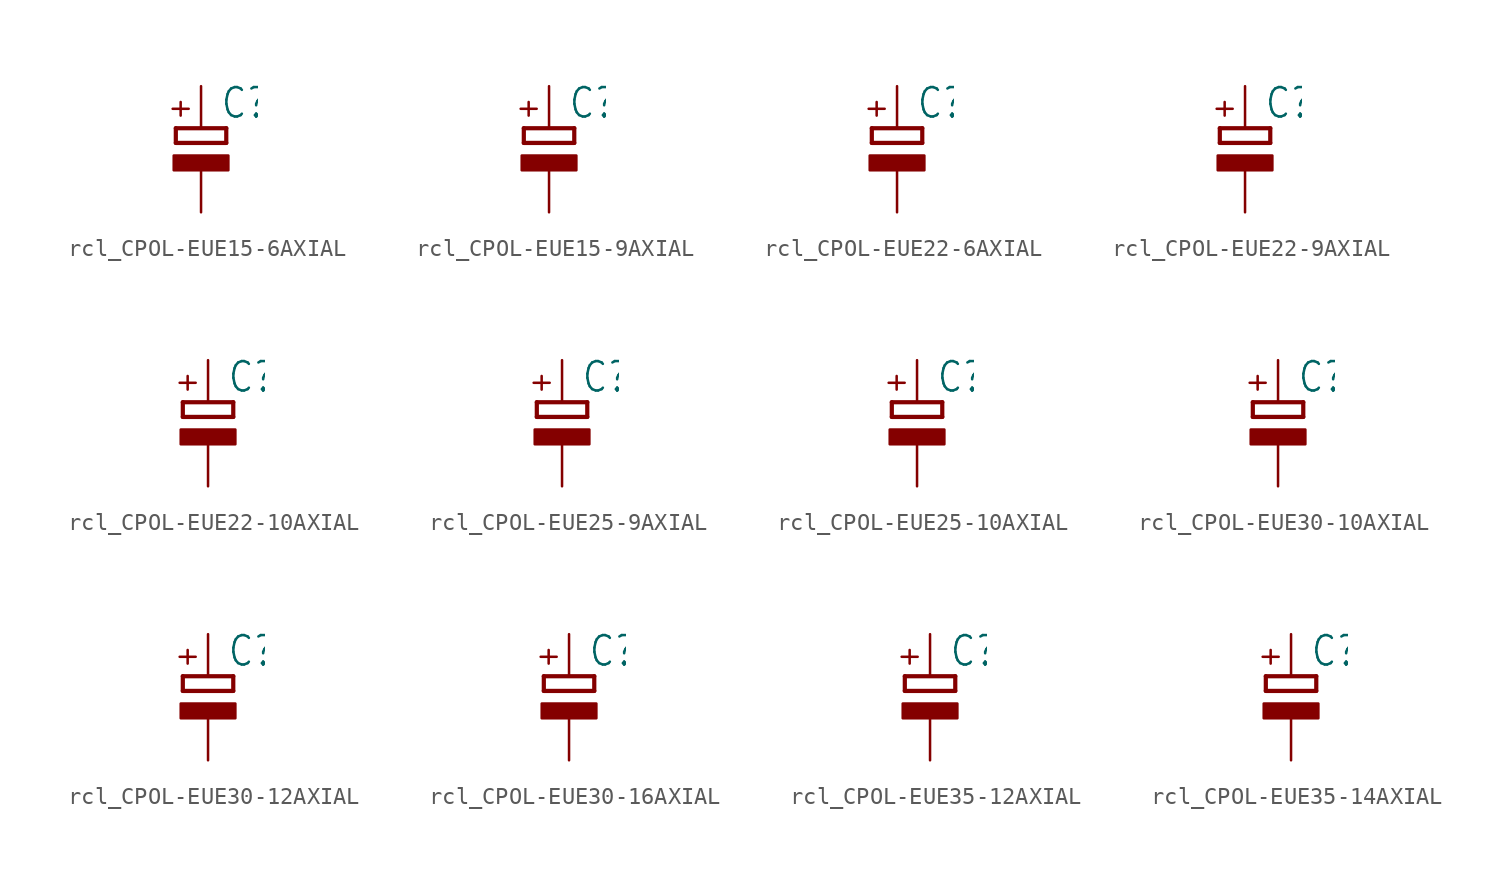
<source format=kicad_sym>
(kicad_symbol_lib
  (version 20231120)
  (generator "kicad_symbol_editor")
  (generator_version "8.0")
  (symbol "rcl_CPOL-EUE15-6AXIAL"
    (property "Reference" "C"
      (at 1.143 0.483 0)
      (effects (font (size 1.778 1.511)) (justify left bottom)))
    (property "Value" ""
      (at 1.143 -4.597 0)
      (effects (font (size 1.778 1.511)) (justify left bottom)))
    (property "ki_locked" ""
      (at 0 0 0)
      (effects (font (size 1.27 1.27))))
    (symbol "rcl_CPOL-EUE15-6AXIAL_1_0"
      (rectangle (start -1.651 -2.54) (end 1.651 -1.651) (stroke (width 0) (type default)) (fill (type outline)))
      (polyline (pts (xy -1.524 -0.889) (xy 1.524 -0.889)) (stroke (width 0.254) (type solid)) (fill (type none)))
      (polyline (pts (xy -1.524 0) (xy -1.524 -0.889)) (stroke (width 0.254) (type solid)) (fill (type none)))
      (polyline (pts (xy -1.524 0) (xy 1.524 0)) (stroke (width 0.254) (type solid)) (fill (type none)))
      (polyline (pts (xy 1.524 -0.889) (xy 1.524 0)) (stroke (width 0.254) (type solid)) (fill (type none)))
      (text "+" (at -0.584 0.406 900) (effects (font (size 1.27 1.079)) (justify left bottom)))
      (pin passive line (at 0 2.54 270) (length 2.54) (name "+" (effects (font (size 0 0)))) (number "+" (effects (font (size 0 0)))))
      (pin passive line (at 0 -5.08 90) (length 2.54) (name "-" (effects (font (size 0 0)))) (number "-" (effects (font (size 0 0)))))))
  (symbol "rcl_CPOL-EUE15-9AXIAL"
    (property "Reference" "C"
      (at 1.143 0.483 0)
      (effects (font (size 1.778 1.511)) (justify left bottom)))
    (property "Value" ""
      (at 1.143 -4.597 0)
      (effects (font (size 1.778 1.511)) (justify left bottom)))
    (property "ki_locked" ""
      (at 0 0 0)
      (effects (font (size 1.27 1.27))))
    (symbol "rcl_CPOL-EUE15-9AXIAL_1_0"
      (rectangle (start -1.651 -2.54) (end 1.651 -1.651) (stroke (width 0) (type default)) (fill (type outline)))
      (polyline (pts (xy -1.524 -0.889) (xy 1.524 -0.889)) (stroke (width 0.254) (type solid)) (fill (type none)))
      (polyline (pts (xy -1.524 0) (xy -1.524 -0.889)) (stroke (width 0.254) (type solid)) (fill (type none)))
      (polyline (pts (xy -1.524 0) (xy 1.524 0)) (stroke (width 0.254) (type solid)) (fill (type none)))
      (polyline (pts (xy 1.524 -0.889) (xy 1.524 0)) (stroke (width 0.254) (type solid)) (fill (type none)))
      (text "+" (at -0.584 0.406 900) (effects (font (size 1.27 1.079)) (justify left bottom)))
      (pin passive line (at 0 2.54 270) (length 2.54) (name "+" (effects (font (size 0 0)))) (number "+" (effects (font (size 0 0)))))
      (pin passive line (at 0 -5.08 90) (length 2.54) (name "-" (effects (font (size 0 0)))) (number "-" (effects (font (size 0 0)))))))
  (symbol "rcl_CPOL-EUE22-6AXIAL"
    (property "Reference" "C"
      (at 1.143 0.483 0)
      (effects (font (size 1.778 1.511)) (justify left bottom)))
    (property "Value" ""
      (at 1.143 -4.597 0)
      (effects (font (size 1.778 1.511)) (justify left bottom)))
    (property "ki_locked" ""
      (at 0 0 0)
      (effects (font (size 1.27 1.27))))
    (symbol "rcl_CPOL-EUE22-6AXIAL_1_0"
      (rectangle (start -1.651 -2.54) (end 1.651 -1.651) (stroke (width 0) (type default)) (fill (type outline)))
      (polyline (pts (xy -1.524 -0.889) (xy 1.524 -0.889)) (stroke (width 0.254) (type solid)) (fill (type none)))
      (polyline (pts (xy -1.524 0) (xy -1.524 -0.889)) (stroke (width 0.254) (type solid)) (fill (type none)))
      (polyline (pts (xy -1.524 0) (xy 1.524 0)) (stroke (width 0.254) (type solid)) (fill (type none)))
      (polyline (pts (xy 1.524 -0.889) (xy 1.524 0)) (stroke (width 0.254) (type solid)) (fill (type none)))
      (text "+" (at -0.584 0.406 900) (effects (font (size 1.27 1.079)) (justify left bottom)))
      (pin passive line (at 0 2.54 270) (length 2.54) (name "+" (effects (font (size 0 0)))) (number "+" (effects (font (size 0 0)))))
      (pin passive line (at 0 -5.08 90) (length 2.54) (name "-" (effects (font (size 0 0)))) (number "-" (effects (font (size 0 0)))))))
  (symbol "rcl_CPOL-EUE22-9AXIAL"
    (property "Reference" "C"
      (at 1.143 0.483 0)
      (effects (font (size 1.778 1.511)) (justify left bottom)))
    (property "Value" ""
      (at 1.143 -4.597 0)
      (effects (font (size 1.778 1.511)) (justify left bottom)))
    (property "ki_locked" ""
      (at 0 0 0)
      (effects (font (size 1.27 1.27))))
    (symbol "rcl_CPOL-EUE22-9AXIAL_1_0"
      (rectangle (start -1.651 -2.54) (end 1.651 -1.651) (stroke (width 0) (type default)) (fill (type outline)))
      (polyline (pts (xy -1.524 -0.889) (xy 1.524 -0.889)) (stroke (width 0.254) (type solid)) (fill (type none)))
      (polyline (pts (xy -1.524 0) (xy -1.524 -0.889)) (stroke (width 0.254) (type solid)) (fill (type none)))
      (polyline (pts (xy -1.524 0) (xy 1.524 0)) (stroke (width 0.254) (type solid)) (fill (type none)))
      (polyline (pts (xy 1.524 -0.889) (xy 1.524 0)) (stroke (width 0.254) (type solid)) (fill (type none)))
      (text "+" (at -0.584 0.406 900) (effects (font (size 1.27 1.079)) (justify left bottom)))
      (pin passive line (at 0 2.54 270) (length 2.54) (name "+" (effects (font (size 0 0)))) (number "+" (effects (font (size 0 0)))))
      (pin passive line (at 0 -5.08 90) (length 2.54) (name "-" (effects (font (size 0 0)))) (number "-" (effects (font (size 0 0)))))))
  (symbol "rcl_CPOL-EUE22-10AXIAL"
    (property "Reference" "C"
      (at 1.143 0.483 0)
      (effects (font (size 1.778 1.511)) (justify left bottom)))
    (property "Value" ""
      (at 1.143 -4.597 0)
      (effects (font (size 1.778 1.511)) (justify left bottom)))
    (property "ki_locked" ""
      (at 0 0 0)
      (effects (font (size 1.27 1.27))))
    (symbol "rcl_CPOL-EUE22-10AXIAL_1_0"
      (rectangle (start -1.651 -2.54) (end 1.651 -1.651) (stroke (width 0) (type default)) (fill (type outline)))
      (polyline (pts (xy -1.524 -0.889) (xy 1.524 -0.889)) (stroke (width 0.254) (type solid)) (fill (type none)))
      (polyline (pts (xy -1.524 0) (xy -1.524 -0.889)) (stroke (width 0.254) (type solid)) (fill (type none)))
      (polyline (pts (xy -1.524 0) (xy 1.524 0)) (stroke (width 0.254) (type solid)) (fill (type none)))
      (polyline (pts (xy 1.524 -0.889) (xy 1.524 0)) (stroke (width 0.254) (type solid)) (fill (type none)))
      (text "+" (at -0.584 0.406 900) (effects (font (size 1.27 1.079)) (justify left bottom)))
      (pin passive line (at 0 2.54 270) (length 2.54) (name "+" (effects (font (size 0 0)))) (number "+" (effects (font (size 0 0)))))
      (pin passive line (at 0 -5.08 90) (length 2.54) (name "-" (effects (font (size 0 0)))) (number "-" (effects (font (size 0 0)))))))
  (symbol "rcl_CPOL-EUE25-9AXIAL"
    (property "Reference" "C"
      (at 1.143 0.483 0)
      (effects (font (size 1.778 1.511)) (justify left bottom)))
    (property "Value" ""
      (at 1.143 -4.597 0)
      (effects (font (size 1.778 1.511)) (justify left bottom)))
    (property "ki_locked" ""
      (at 0 0 0)
      (effects (font (size 1.27 1.27))))
    (symbol "rcl_CPOL-EUE25-9AXIAL_1_0"
      (rectangle (start -1.651 -2.54) (end 1.651 -1.651) (stroke (width 0) (type default)) (fill (type outline)))
      (polyline (pts (xy -1.524 -0.889) (xy 1.524 -0.889)) (stroke (width 0.254) (type solid)) (fill (type none)))
      (polyline (pts (xy -1.524 0) (xy -1.524 -0.889)) (stroke (width 0.254) (type solid)) (fill (type none)))
      (polyline (pts (xy -1.524 0) (xy 1.524 0)) (stroke (width 0.254) (type solid)) (fill (type none)))
      (polyline (pts (xy 1.524 -0.889) (xy 1.524 0)) (stroke (width 0.254) (type solid)) (fill (type none)))
      (text "+" (at -0.584 0.406 900) (effects (font (size 1.27 1.079)) (justify left bottom)))
      (pin passive line (at 0 2.54 270) (length 2.54) (name "+" (effects (font (size 0 0)))) (number "+" (effects (font (size 0 0)))))
      (pin passive line (at 0 -5.08 90) (length 2.54) (name "-" (effects (font (size 0 0)))) (number "-" (effects (font (size 0 0)))))))
  (symbol "rcl_CPOL-EUE25-10AXIAL"
    (property "Reference" "C"
      (at 1.143 0.483 0)
      (effects (font (size 1.778 1.511)) (justify left bottom)))
    (property "Value" ""
      (at 1.143 -4.597 0)
      (effects (font (size 1.778 1.511)) (justify left bottom)))
    (property "ki_locked" ""
      (at 0 0 0)
      (effects (font (size 1.27 1.27))))
    (symbol "rcl_CPOL-EUE25-10AXIAL_1_0"
      (rectangle (start -1.651 -2.54) (end 1.651 -1.651) (stroke (width 0) (type default)) (fill (type outline)))
      (polyline (pts (xy -1.524 -0.889) (xy 1.524 -0.889)) (stroke (width 0.254) (type solid)) (fill (type none)))
      (polyline (pts (xy -1.524 0) (xy -1.524 -0.889)) (stroke (width 0.254) (type solid)) (fill (type none)))
      (polyline (pts (xy -1.524 0) (xy 1.524 0)) (stroke (width 0.254) (type solid)) (fill (type none)))
      (polyline (pts (xy 1.524 -0.889) (xy 1.524 0)) (stroke (width 0.254) (type solid)) (fill (type none)))
      (text "+" (at -0.584 0.406 900) (effects (font (size 1.27 1.079)) (justify left bottom)))
      (pin passive line (at 0 2.54 270) (length 2.54) (name "+" (effects (font (size 0 0)))) (number "+" (effects (font (size 0 0)))))
      (pin passive line (at 0 -5.08 90) (length 2.54) (name "-" (effects (font (size 0 0)))) (number "-" (effects (font (size 0 0)))))))
  (symbol "rcl_CPOL-EUE30-10AXIAL"
    (property "Reference" "C"
      (at 1.143 0.483 0)
      (effects (font (size 1.778 1.511)) (justify left bottom)))
    (property "Value" ""
      (at 1.143 -4.597 0)
      (effects (font (size 1.778 1.511)) (justify left bottom)))
    (property "ki_locked" ""
      (at 0 0 0)
      (effects (font (size 1.27 1.27))))
    (symbol "rcl_CPOL-EUE30-10AXIAL_1_0"
      (rectangle (start -1.651 -2.54) (end 1.651 -1.651) (stroke (width 0) (type default)) (fill (type outline)))
      (polyline (pts (xy -1.524 -0.889) (xy 1.524 -0.889)) (stroke (width 0.254) (type solid)) (fill (type none)))
      (polyline (pts (xy -1.524 0) (xy -1.524 -0.889)) (stroke (width 0.254) (type solid)) (fill (type none)))
      (polyline (pts (xy -1.524 0) (xy 1.524 0)) (stroke (width 0.254) (type solid)) (fill (type none)))
      (polyline (pts (xy 1.524 -0.889) (xy 1.524 0)) (stroke (width 0.254) (type solid)) (fill (type none)))
      (text "+" (at -0.584 0.406 900) (effects (font (size 1.27 1.079)) (justify left bottom)))
      (pin passive line (at 0 2.54 270) (length 2.54) (name "+" (effects (font (size 0 0)))) (number "+" (effects (font (size 0 0)))))
      (pin passive line (at 0 -5.08 90) (length 2.54) (name "-" (effects (font (size 0 0)))) (number "-" (effects (font (size 0 0)))))))
  (symbol "rcl_CPOL-EUE30-12AXIAL"
    (property "Reference" "C"
      (at 1.143 0.483 0)
      (effects (font (size 1.778 1.511)) (justify left bottom)))
    (property "Value" ""
      (at 1.143 -4.597 0)
      (effects (font (size 1.778 1.511)) (justify left bottom)))
    (property "ki_locked" ""
      (at 0 0 0)
      (effects (font (size 1.27 1.27))))
    (symbol "rcl_CPOL-EUE30-12AXIAL_1_0"
      (rectangle (start -1.651 -2.54) (end 1.651 -1.651) (stroke (width 0) (type default)) (fill (type outline)))
      (polyline (pts (xy -1.524 -0.889) (xy 1.524 -0.889)) (stroke (width 0.254) (type solid)) (fill (type none)))
      (polyline (pts (xy -1.524 0) (xy -1.524 -0.889)) (stroke (width 0.254) (type solid)) (fill (type none)))
      (polyline (pts (xy -1.524 0) (xy 1.524 0)) (stroke (width 0.254) (type solid)) (fill (type none)))
      (polyline (pts (xy 1.524 -0.889) (xy 1.524 0)) (stroke (width 0.254) (type solid)) (fill (type none)))
      (text "+" (at -0.584 0.406 900) (effects (font (size 1.27 1.079)) (justify left bottom)))
      (pin passive line (at 0 2.54 270) (length 2.54) (name "+" (effects (font (size 0 0)))) (number "+" (effects (font (size 0 0)))))
      (pin passive line (at 0 -5.08 90) (length 2.54) (name "-" (effects (font (size 0 0)))) (number "-" (effects (font (size 0 0)))))))
  (symbol "rcl_CPOL-EUE30-16AXIAL"
    (property "Reference" "C"
      (at 1.143 0.483 0)
      (effects (font (size 1.778 1.511)) (justify left bottom)))
    (property "Value" ""
      (at 1.143 -4.597 0)
      (effects (font (size 1.778 1.511)) (justify left bottom)))
    (property "ki_locked" ""
      (at 0 0 0)
      (effects (font (size 1.27 1.27))))
    (symbol "rcl_CPOL-EUE30-16AXIAL_1_0"
      (rectangle (start -1.651 -2.54) (end 1.651 -1.651) (stroke (width 0) (type default)) (fill (type outline)))
      (polyline (pts (xy -1.524 -0.889) (xy 1.524 -0.889)) (stroke (width 0.254) (type solid)) (fill (type none)))
      (polyline (pts (xy -1.524 0) (xy -1.524 -0.889)) (stroke (width 0.254) (type solid)) (fill (type none)))
      (polyline (pts (xy -1.524 0) (xy 1.524 0)) (stroke (width 0.254) (type solid)) (fill (type none)))
      (polyline (pts (xy 1.524 -0.889) (xy 1.524 0)) (stroke (width 0.254) (type solid)) (fill (type none)))
      (text "+" (at -0.584 0.406 900) (effects (font (size 1.27 1.079)) (justify left bottom)))
      (pin passive line (at 0 2.54 270) (length 2.54) (name "+" (effects (font (size 0 0)))) (number "+" (effects (font (size 0 0)))))
      (pin passive line (at 0 -5.08 90) (length 2.54) (name "-" (effects (font (size 0 0)))) (number "-" (effects (font (size 0 0)))))))
  (symbol "rcl_CPOL-EUE35-12AXIAL"
    (property "Reference" "C"
      (at 1.143 0.483 0)
      (effects (font (size 1.778 1.511)) (justify left bottom)))
    (property "Value" ""
      (at 1.143 -4.597 0)
      (effects (font (size 1.778 1.511)) (justify left bottom)))
    (property "ki_locked" ""
      (at 0 0 0)
      (effects (font (size 1.27 1.27))))
    (symbol "rcl_CPOL-EUE35-12AXIAL_1_0"
      (rectangle (start -1.651 -2.54) (end 1.651 -1.651) (stroke (width 0) (type default)) (fill (type outline)))
      (polyline (pts (xy -1.524 -0.889) (xy 1.524 -0.889)) (stroke (width 0.254) (type solid)) (fill (type none)))
      (polyline (pts (xy -1.524 0) (xy -1.524 -0.889)) (stroke (width 0.254) (type solid)) (fill (type none)))
      (polyline (pts (xy -1.524 0) (xy 1.524 0)) (stroke (width 0.254) (type solid)) (fill (type none)))
      (polyline (pts (xy 1.524 -0.889) (xy 1.524 0)) (stroke (width 0.254) (type solid)) (fill (type none)))
      (text "+" (at -0.584 0.406 900) (effects (font (size 1.27 1.079)) (justify left bottom)))
      (pin passive line (at 0 2.54 270) (length 2.54) (name "+" (effects (font (size 0 0)))) (number "+" (effects (font (size 0 0)))))
      (pin passive line (at 0 -5.08 90) (length 2.54) (name "-" (effects (font (size 0 0)))) (number "-" (effects (font (size 0 0)))))))
  (symbol "rcl_CPOL-EUE35-14AXIAL"
    (property "Reference" "C"
      (at 1.143 0.483 0)
      (effects (font (size 1.778 1.511)) (justify left bottom)))
    (property "Value" ""
      (at 1.143 -4.597 0)
      (effects (font (size 1.778 1.511)) (justify left bottom)))
    (property "ki_locked" ""
      (at 0 0 0)
      (effects (font (size 1.27 1.27))))
    (symbol "rcl_CPOL-EUE35-14AXIAL_1_0"
      (rectangle (start -1.651 -2.54) (end 1.651 -1.651) (stroke (width 0) (type default)) (fill (type outline)))
      (polyline (pts (xy -1.524 -0.889) (xy 1.524 -0.889)) (stroke (width 0.254) (type solid)) (fill (type none)))
      (polyline (pts (xy -1.524 0) (xy -1.524 -0.889)) (stroke (width 0.254) (type solid)) (fill (type none)))
      (polyline (pts (xy -1.524 0) (xy 1.524 0)) (stroke (width 0.254) (type solid)) (fill (type none)))
      (polyline (pts (xy 1.524 -0.889) (xy 1.524 0)) (stroke (width 0.254) (type solid)) (fill (type none)))
      (text "+" (at -0.584 0.406 900) (effects (font (size 1.27 1.079)) (justify left bottom)))
      (pin passive line (at 0 2.54 270) (length 2.54) (name "+" (effects (font (size 0 0)))) (number "+" (effects (font (size 0 0)))))
      (pin passive line (at 0 -5.08 90) (length 2.54) (name "-" (effects (font (size 0 0)))) (number "-" (effects (font (size 0 0))))))))
</source>
